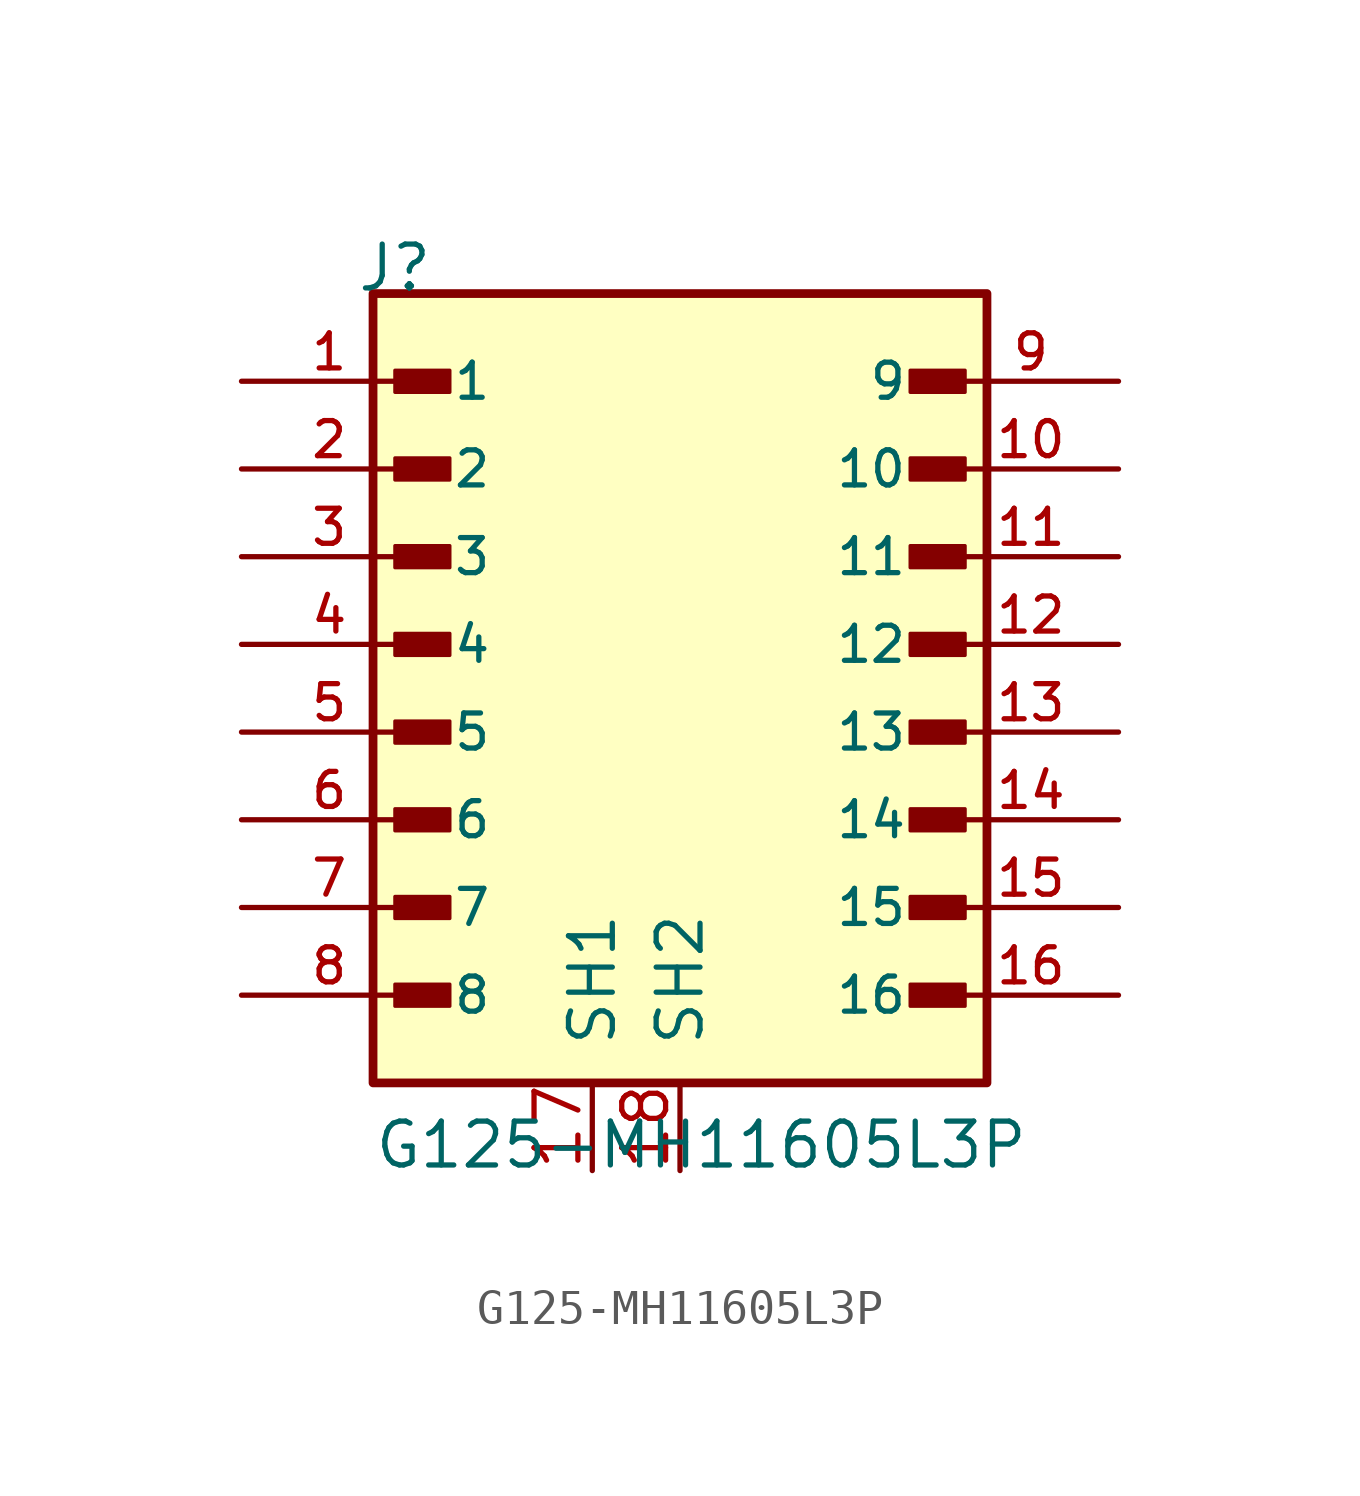
<source format=kicad_sym>
(kicad_symbol_lib
  (version 20241209)
  (generator "kicad_symbol_editor")
  (generator_version "9.0")
  (symbol "G125-MH11605L3P"
    (pin_names
      (offset 1.016))
    (property "Reference" "J"
      (at -9.39 12.7 0)
      (effects (font (size 1.27 1.27)) (justify left bottom)))
    (property "Value" "G125-MH11605L3P"
      (at -8.89 -12.7 0)
      (effects (font (size 1.27 1.27)) (justify left bottom)))
    (symbol "G125-MH11605L3P_0_0"
      (rectangle (start -8.89 -10.16) (end 8.89 12.7) (stroke (width 0.254) (type default)) (fill (type background)))
      (rectangle (start -8.255 9.842) (end -6.668 10.477) (stroke (width 0.1) (type default)) (fill (type outline)))
      (rectangle (start -8.255 7.303) (end -6.668 7.938) (stroke (width 0.1) (type default)) (fill (type outline)))
      (rectangle (start -8.255 4.763) (end -6.668 5.397) (stroke (width 0.1) (type default)) (fill (type outline)))
      (rectangle (start -8.255 2.223) (end -6.668 2.857) (stroke (width 0.1) (type default)) (fill (type outline)))
      (rectangle (start -8.255 -0.318) (end -6.668 0.318) (stroke (width 0.1) (type default)) (fill (type outline)))
      (rectangle (start -8.255 -2.857) (end -6.668 -2.223) (stroke (width 0.1) (type default)) (fill (type outline)))
      (rectangle (start -8.255 -5.397) (end -6.668 -4.763) (stroke (width 0.1) (type default)) (fill (type outline)))
      (rectangle (start -8.255 -7.938) (end -6.668 -7.303) (stroke (width 0.1) (type default)) (fill (type outline)))
      (rectangle (start 8.255 9.842) (end 6.668 10.477) (stroke (width 0.1) (type default)) (fill (type outline)))
      (rectangle (start 8.255 7.303) (end 6.668 7.938) (stroke (width 0.1) (type default)) (fill (type outline)))
      (rectangle (start 8.255 4.763) (end 6.668 5.397) (stroke (width 0.1) (type default)) (fill (type outline)))
      (rectangle (start 8.255 2.223) (end 6.668 2.857) (stroke (width 0.1) (type default)) (fill (type outline)))
      (rectangle (start 8.255 -0.318) (end 6.668 0.318) (stroke (width 0.1) (type default)) (fill (type outline)))
      (rectangle (start 8.255 -2.857) (end 6.668 -2.223) (stroke (width 0.1) (type default)) (fill (type outline)))
      (rectangle (start 8.255 -5.397) (end 6.668 -4.763) (stroke (width 0.1) (type default)) (fill (type outline)))
      (rectangle (start 8.255 -7.938) (end 6.668 -7.303) (stroke (width 0.1) (type default)) (fill (type outline)))
      (pin passive line (at -12.7 10.16 0) (length 5.08) (name "1" (effects (font (size 1.016 1.016)))) (number "1" (effects (font (size 1.016 1.016)))))
      (pin passive line (at -12.7 7.62 0) (length 5.08) (name "2" (effects (font (size 1.016 1.016)))) (number "2" (effects (font (size 1.016 1.016)))))
      (pin passive line (at -12.7 5.08 0) (length 5.08) (name "3" (effects (font (size 1.016 1.016)))) (number "3" (effects (font (size 1.016 1.016)))))
      (pin passive line (at -12.7 2.54 0) (length 5.08) (name "4" (effects (font (size 1.016 1.016)))) (number "4" (effects (font (size 1.016 1.016)))))
      (pin passive line (at -12.7 0 0) (length 5.08) (name "5" (effects (font (size 1.016 1.016)))) (number "5" (effects (font (size 1.016 1.016)))))
      (pin passive line (at -12.7 -2.54 0) (length 5.08) (name "6" (effects (font (size 1.016 1.016)))) (number "6" (effects (font (size 1.016 1.016)))))
      (pin passive line (at -12.7 -5.08 0) (length 5.08) (name "7" (effects (font (size 1.016 1.016)))) (number "7" (effects (font (size 1.016 1.016)))))
      (pin passive line (at -12.7 -7.62 0) (length 5.08) (name "8" (effects (font (size 1.016 1.016)))) (number "8" (effects (font (size 1.016 1.016)))))
      (pin passive line (at 12.7 10.16 180) (length 5.08) (name "9" (effects (font (size 1.016 1.016)))) (number "9" (effects (font (size 1.016 1.016)))))
      (pin passive line (at 12.7 7.62 180) (length 5.08) (name "10" (effects (font (size 1.016 1.016)))) (number "10" (effects (font (size 1.016 1.016)))))
      (pin passive line (at 12.7 5.08 180) (length 5.08) (name "11" (effects (font (size 1.016 1.016)))) (number "11" (effects (font (size 1.016 1.016)))))
      (pin passive line (at 12.7 2.54 180) (length 5.08) (name "12" (effects (font (size 1.016 1.016)))) (number "12" (effects (font (size 1.016 1.016)))))
      (pin passive line (at 12.7 0 180) (length 5.08) (name "13" (effects (font (size 1.016 1.016)))) (number "13" (effects (font (size 1.016 1.016)))))
      (pin passive line (at 12.7 -2.54 180) (length 5.08) (name "14" (effects (font (size 1.016 1.016)))) (number "14" (effects (font (size 1.016 1.016)))))
      (pin passive line (at 12.7 -5.08 180) (length 5.08) (name "15" (effects (font (size 1.016 1.016)))) (number "15" (effects (font (size 1.016 1.016)))))
      (pin passive line (at 12.7 -7.62 180) (length 5.08) (name "16" (effects (font (size 1.016 1.016)))) (number "16" (effects (font (size 1.016 1.016))))))
    (symbol "G125-MH11605L3P_1_1"
      (pin passive line (at -2.54 -12.7 90) (length 2.54) (name "SH1" (effects (font (size 1.27 1.27)))) (number "17" (effects (font (size 1.27 1.27)))))
      (pin passive line (at 0 -12.7 90) (length 2.54) (name "SH2" (effects (font (size 1.27 1.27)))) (number "18" (effects (font (size 1.27 1.27))))))))
</source>
